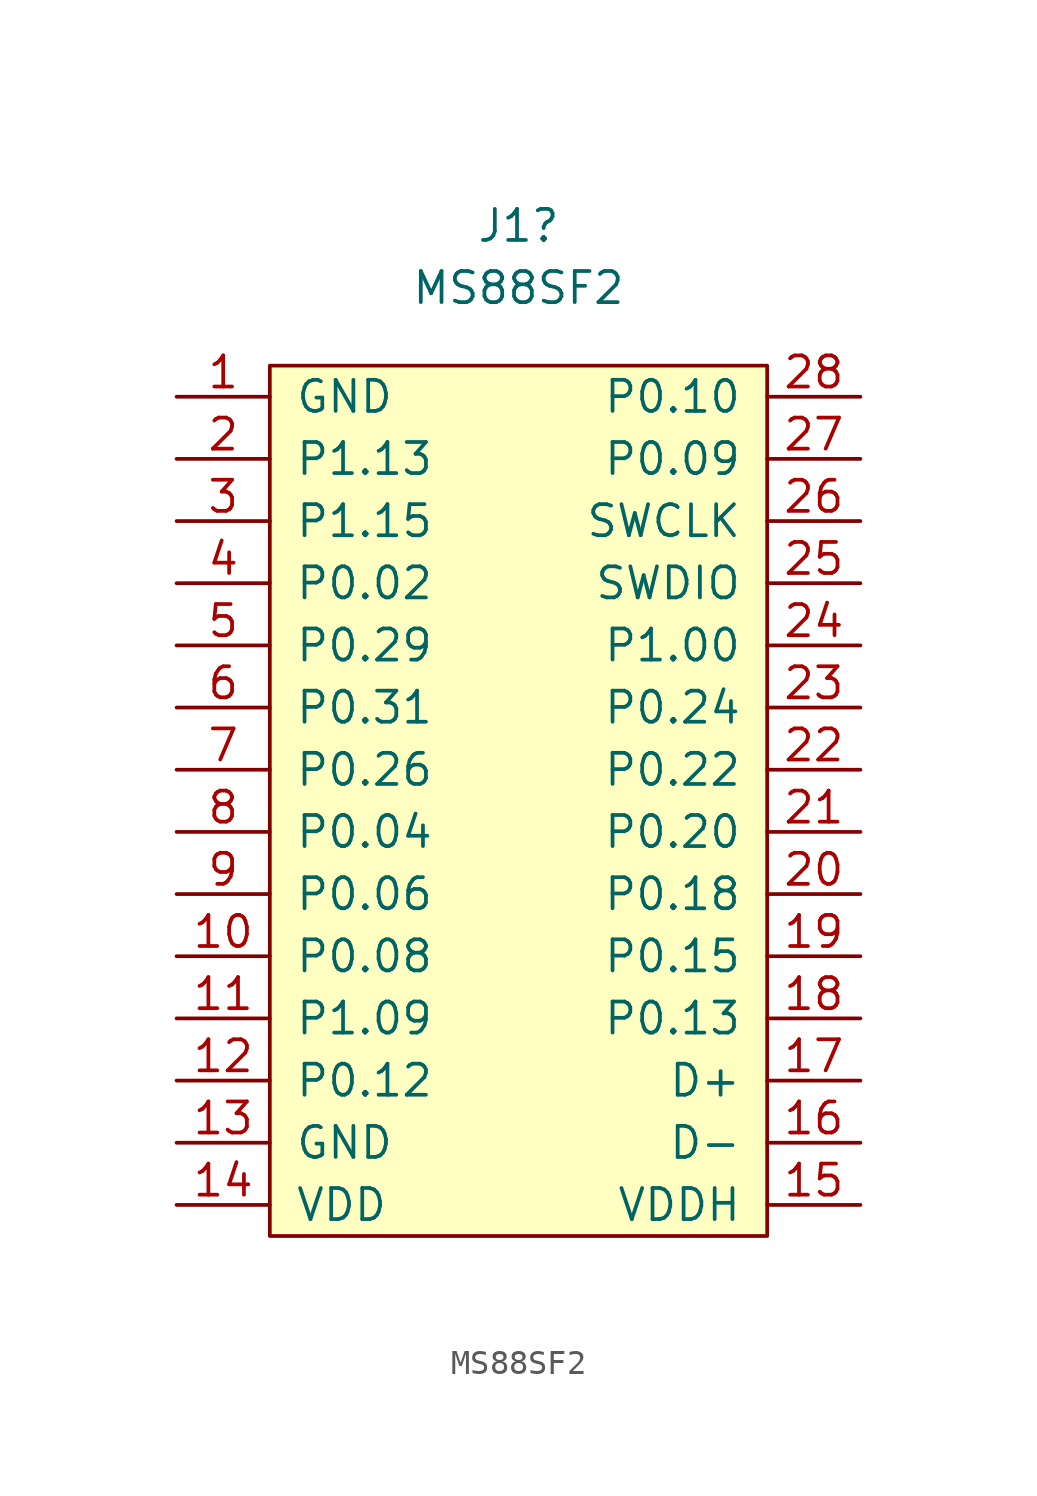
<source format=kicad_sym>
(kicad_symbol_lib
  (version 20211014)
  (generator kicad_symbol_editor)
  (symbol "MS88SF2"
    (pin_names
      (offset 1.016))
    (property "Reference" "J1"
      (at 0 22.225 0)
      (effects (font (size 1.27 1.27))))
    (property "Value" "MS88SF2"
      (at 0 19.685 0)
      (effects (font (size 1.27 1.27))))
    (symbol "MS88SF2_0_1"
      (rectangle (start -10.16 16.51) (end 10.16 -19.05) (stroke (width 0.152) (type default) (color 0 0 0 0)) (fill (type background))))
    (symbol "MS88SF2_1_1"
      (pin passive line (at -13.97 15.24 0) (length 3.81) (name "GND" (effects (font (size 1.27 1.27)))) (number "1" (effects (font (size 1.27 1.27)))))
      (pin passive line (at -13.97 -7.62 0) (length 3.81) (name "P0.08" (effects (font (size 1.27 1.27)))) (number "10" (effects (font (size 1.27 1.27)))))
      (pin passive line (at -13.97 -10.16 0) (length 3.81) (name "P1.09" (effects (font (size 1.27 1.27)))) (number "11" (effects (font (size 1.27 1.27)))))
      (pin passive line (at -13.97 -12.7 0) (length 3.81) (name "P0.12" (effects (font (size 1.27 1.27)))) (number "12" (effects (font (size 1.27 1.27)))))
      (pin passive line (at -13.97 -15.24 0) (length 3.81) (name "GND" (effects (font (size 1.27 1.27)))) (number "13" (effects (font (size 1.27 1.27)))))
      (pin passive line (at -13.97 -17.78 0) (length 3.81) (name "VDD" (effects (font (size 1.27 1.27)))) (number "14" (effects (font (size 1.27 1.27)))))
      (pin passive line (at 13.97 -17.78 180) (length 3.81) (name "VDDH" (effects (font (size 1.27 1.27)))) (number "15" (effects (font (size 1.27 1.27)))))
      (pin passive line (at 13.97 -15.24 180) (length 3.81) (name "D-" (effects (font (size 1.27 1.27)))) (number "16" (effects (font (size 1.27 1.27)))))
      (pin passive line (at 13.97 -12.7 180) (length 3.81) (name "D+" (effects (font (size 1.27 1.27)))) (number "17" (effects (font (size 1.27 1.27)))))
      (pin passive line (at 13.97 -10.16 180) (length 3.81) (name "P0.13" (effects (font (size 1.27 1.27)))) (number "18" (effects (font (size 1.27 1.27)))))
      (pin passive line (at 13.97 -7.62 180) (length 3.81) (name "P0.15" (effects (font (size 1.27 1.27)))) (number "19" (effects (font (size 1.27 1.27)))))
      (pin passive line (at -13.97 12.7 0) (length 3.81) (name "P1.13" (effects (font (size 1.27 1.27)))) (number "2" (effects (font (size 1.27 1.27)))))
      (pin passive line (at 13.97 -5.08 180) (length 3.81) (name "P0.18" (effects (font (size 1.27 1.27)))) (number "20" (effects (font (size 1.27 1.27)))))
      (pin passive line (at 13.97 -2.54 180) (length 3.81) (name "P0.20" (effects (font (size 1.27 1.27)))) (number "21" (effects (font (size 1.27 1.27)))))
      (pin passive line (at 13.97 0 180) (length 3.81) (name "P0.22" (effects (font (size 1.27 1.27)))) (number "22" (effects (font (size 1.27 1.27)))))
      (pin passive line (at 13.97 2.54 180) (length 3.81) (name "P0.24" (effects (font (size 1.27 1.27)))) (number "23" (effects (font (size 1.27 1.27)))))
      (pin passive line (at 13.97 5.08 180) (length 3.81) (name "P1.00" (effects (font (size 1.27 1.27)))) (number "24" (effects (font (size 1.27 1.27)))))
      (pin passive line (at 13.97 7.62 180) (length 3.81) (name "SWDIO" (effects (font (size 1.27 1.27)))) (number "25" (effects (font (size 1.27 1.27)))))
      (pin passive line (at 13.97 10.16 180) (length 3.81) (name "SWCLK" (effects (font (size 1.27 1.27)))) (number "26" (effects (font (size 1.27 1.27)))))
      (pin passive line (at 13.97 12.7 180) (length 3.81) (name "P0.09" (effects (font (size 1.27 1.27)))) (number "27" (effects (font (size 1.27 1.27)))))
      (pin passive line (at 13.97 15.24 180) (length 3.81) (name "P0.10" (effects (font (size 1.27 1.27)))) (number "28" (effects (font (size 1.27 1.27)))))
      (pin passive line (at -13.97 10.16 0) (length 3.81) (name "P1.15" (effects (font (size 1.27 1.27)))) (number "3" (effects (font (size 1.27 1.27)))))
      (pin passive line (at -13.97 7.62 0) (length 3.81) (name "P0.02" (effects (font (size 1.27 1.27)))) (number "4" (effects (font (size 1.27 1.27)))))
      (pin passive line (at -13.97 5.08 0) (length 3.81) (name "P0.29" (effects (font (size 1.27 1.27)))) (number "5" (effects (font (size 1.27 1.27)))))
      (pin passive line (at -13.97 2.54 0) (length 3.81) (name "P0.31" (effects (font (size 1.27 1.27)))) (number "6" (effects (font (size 1.27 1.27)))))
      (pin passive line (at -13.97 0 0) (length 3.81) (name "P0.26" (effects (font (size 1.27 1.27)))) (number "7" (effects (font (size 1.27 1.27)))))
      (pin passive line (at -13.97 -2.54 0) (length 3.81) (name "P0.04" (effects (font (size 1.27 1.27)))) (number "8" (effects (font (size 1.27 1.27)))))
      (pin passive line (at -13.97 -5.08 0) (length 3.81) (name "P0.06" (effects (font (size 1.27 1.27)))) (number "9" (effects (font (size 1.27 1.27))))))))
</source>
